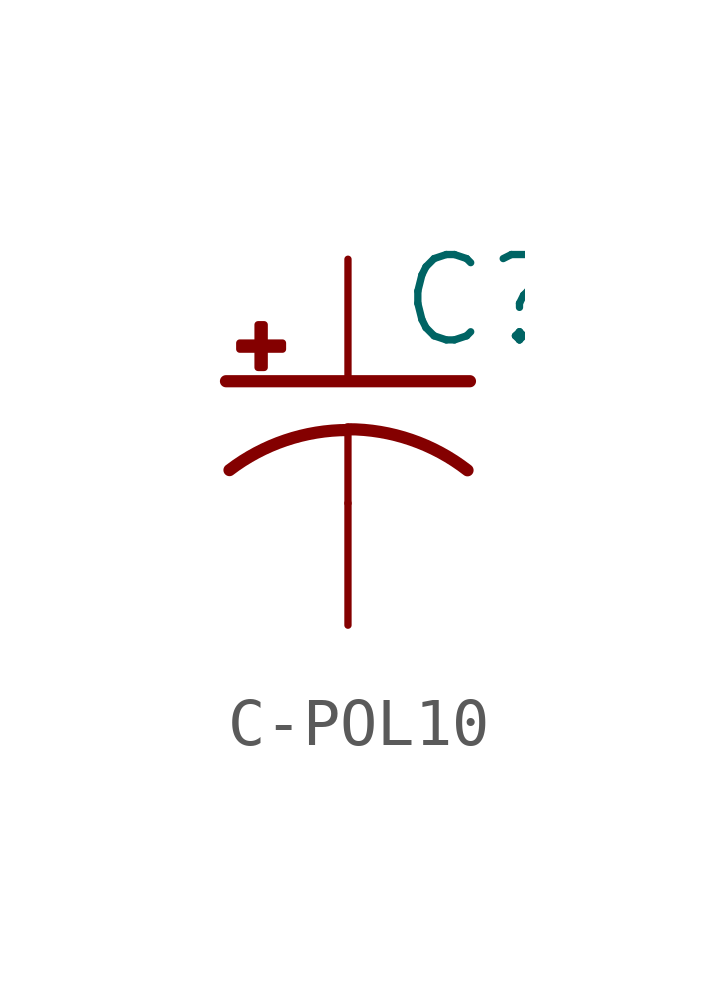
<source format=kicad_sym>
(kicad_symbol_lib
  (version 20231120)
  (generator "kicad_symbol_editor")
  (generator_version "8.0")
  (symbol "C-POL10"
    (property "Reference" "C"
      (at 1.016 0.635 0)
      (effects (font (size 1.778 1.778)) (justify left bottom)))
    (property "Value" ""
      (at 1.016 -4.191 0)
      (effects (font (size 1.778 1.778)) (justify left bottom)))
    (property "ki_locked" ""
      (at 0 0 0)
      (effects (font (size 1.27 1.27))))
    (symbol "C-POL10_1_0"
      (rectangle (start -2.253 0.668) (end -1.364 0.795) (stroke (width 0) (type default)) (fill (type outline)))
      (rectangle (start -1.872 0.287) (end -1.745 1.176) (stroke (width 0) (type default)) (fill (type outline)))
      (arc (start 0 -1.0161) (mid -1.3021 -1.2303) (end -2.4669 -1.8504) (stroke (width 0.254) (type solid)) (fill (type none)))
      (polyline (pts (xy -2.54 0) (xy 2.54 0)) (stroke (width 0.254) (type solid)) (fill (type none)))
      (polyline (pts (xy 0 -1.016) (xy 0 -2.54)) (stroke (width 0.152) (type solid)) (fill (type none)))
      (arc (start 2.4892 -1.8541) (mid 1.3158 -1.2194) (end 0 -1) (stroke (width 0.254) (type solid)) (fill (type none)))
      (pin passive line (at 0 2.54 270) (length 2.54) (name "+" (effects (font (size 0 0)))) (number "+" (effects (font (size 0 0)))))
      (pin passive line (at 0 -5.08 90) (length 2.54) (name "-" (effects (font (size 0 0)))) (number "-" (effects (font (size 0 0))))))))
</source>
